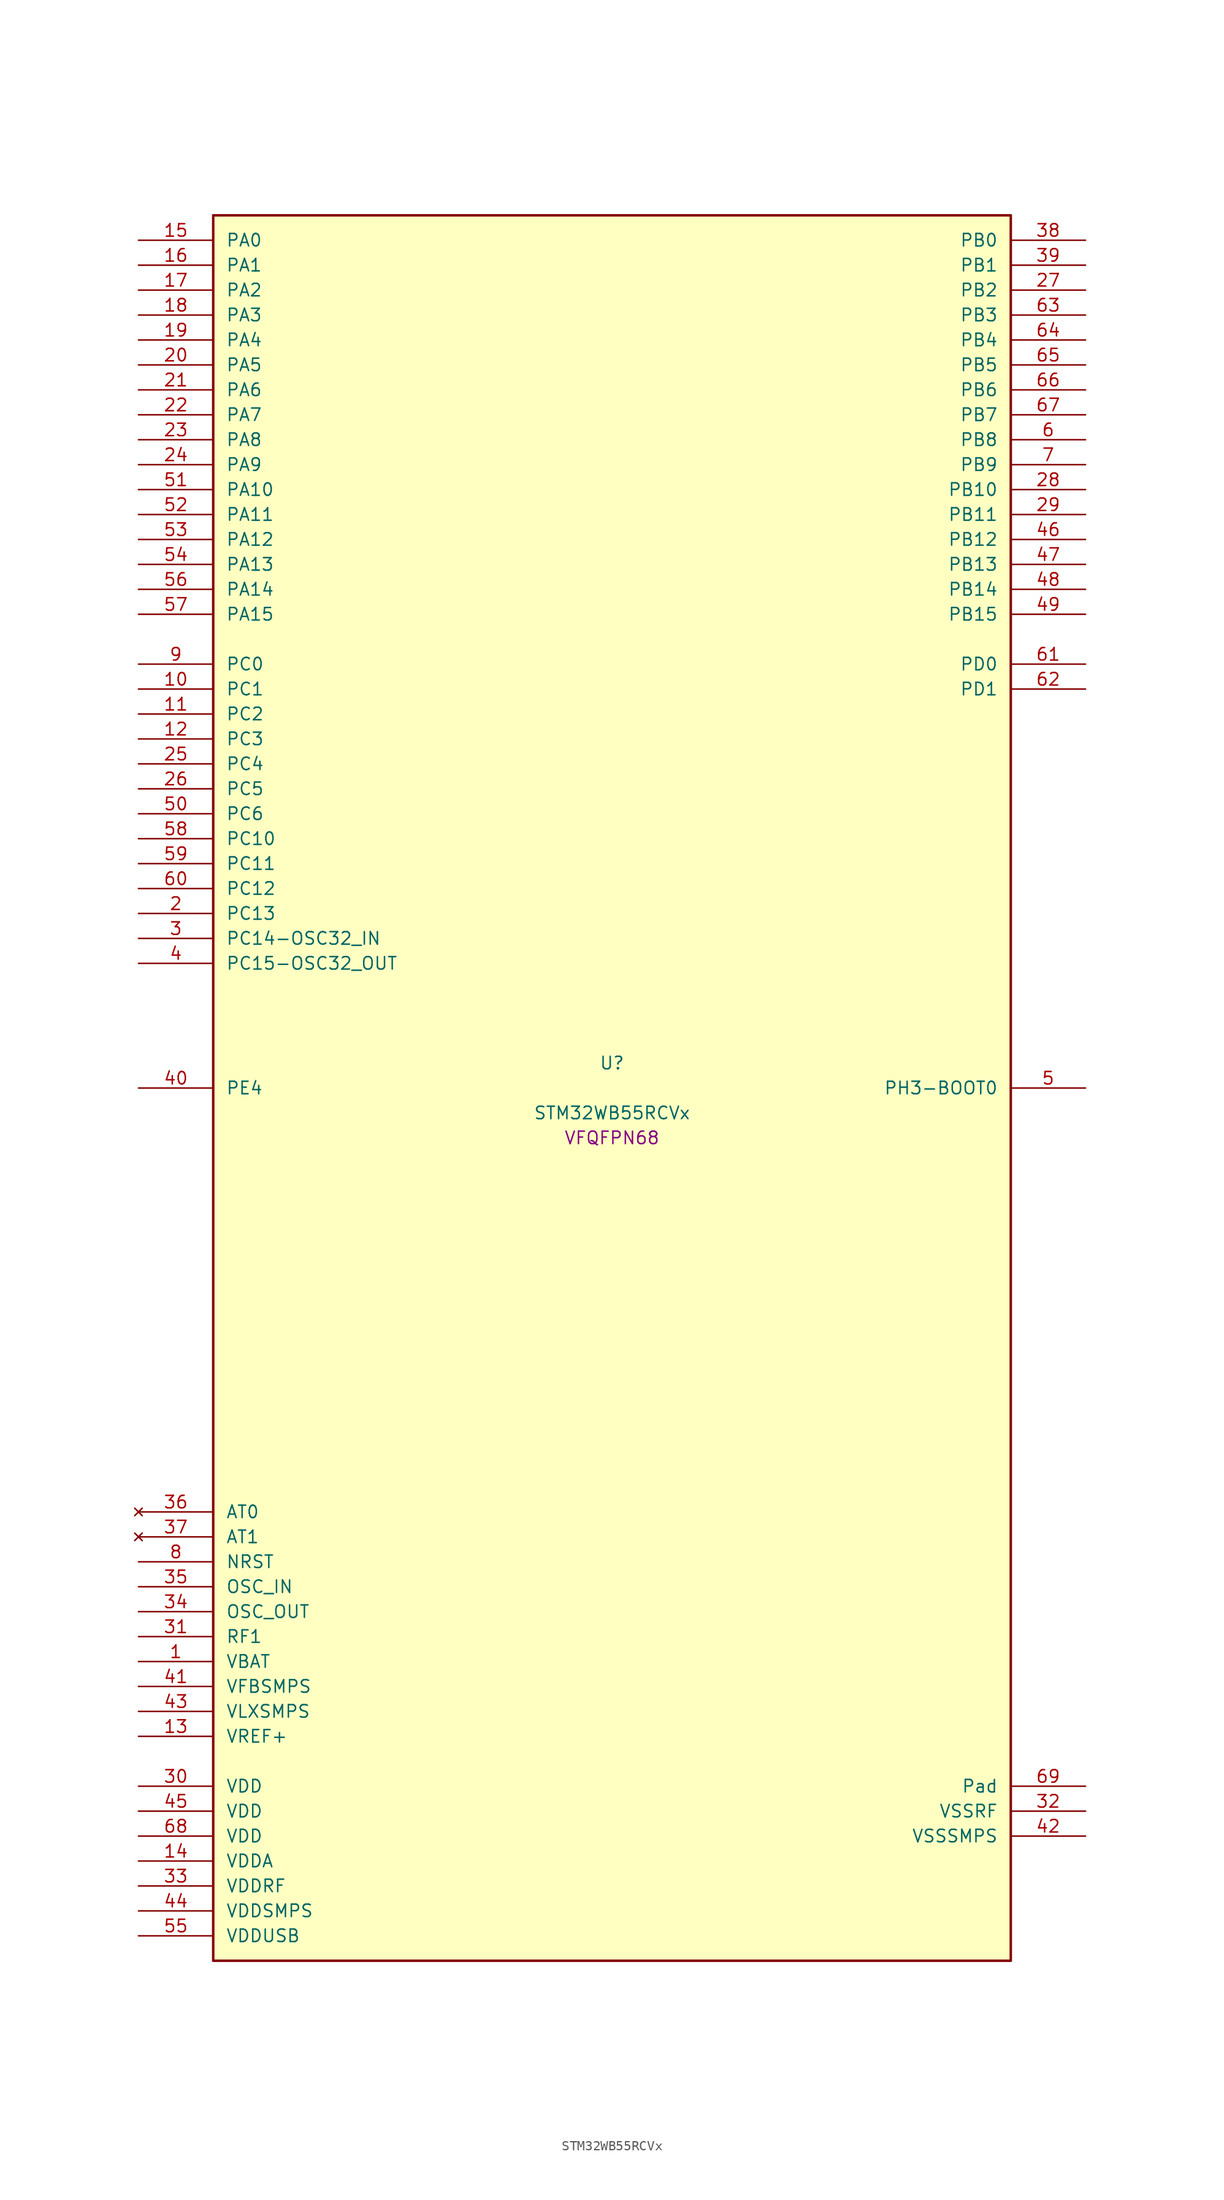
<source format=kicad_sym>
(kicad_symbol_lib
  (version 20241209)
  (generator "stm32_pkl_generator")
  (generator_version "1.0")
  (symbol "STM32WB55RCVx"
    (pin_names
      (offset 1.27))
    (property "Reference" "U"
      (at 0 2.54 0))
    (property "Value" "STM32WB55RCVx"
      (at 0 -2.54 0))
    (property "Footprint" "VFQFPN68"
      (at 0 -5.08 0))
    (symbol "STM32WB55RCVx_1_1"
      (rectangle (start -40.64 88.9) (end 40.64 -88.9) (stroke (width 0.254) (type solid)) (fill (type background)))
      (pin bidirectional line (at -48.26 86.36 0) (length 7.62) (name "PA0") (number "15") (alternate "PA0/ADC1_IN5" bidirectional line) (alternate "PA0/COMP1_INM" bidirectional line) (alternate "PA0/COMP1_OUT" bidirectional line) (alternate "PA0/RTC_TAMP2" bidirectional line) (alternate "PA0/SAI1_EXTCLK" bidirectional line) (alternate "PA0/SYS_WKUP1" bidirectional line) (alternate "PA0/TIM2_CH1" bidirectional line) (alternate "PA0/TIM2_ETR" bidirectional line))
      (pin bidirectional line (at -48.26 83.82 0) (length 7.62) (name "PA1") (number "16") (alternate "PA1/ADC1_IN6" bidirectional line) (alternate "PA1/COMP1_INP" bidirectional line) (alternate "PA1/I2C1_SMBA" bidirectional line) (alternate "PA1/LCD_SEG0" bidirectional line) (alternate "PA1/SPI1_SCK" bidirectional line) (alternate "PA1/TIM2_CH2" bidirectional line))
      (pin bidirectional line (at -48.26 81.28 0) (length 7.62) (name "PA2") (number "17") (alternate "PA2/ADC1_IN7" bidirectional line) (alternate "PA2/COMP2_INM" bidirectional line) (alternate "PA2/COMP2_OUT" bidirectional line) (alternate "PA2/LCD_SEG1" bidirectional line) (alternate "PA2/LPUART1_TX" bidirectional line) (alternate "PA2/QUADSPI_BK1_NCS" bidirectional line) (alternate "PA2/RCC_LSCO" bidirectional line) (alternate "PA2/SYS_WKUP4" bidirectional line) (alternate "PA2/TIM2_CH3" bidirectional line))
      (pin bidirectional line (at -48.26 78.74 0) (length 7.62) (name "PA3") (number "18") (alternate "PA3/ADC1_IN8" bidirectional line) (alternate "PA3/COMP2_INP" bidirectional line) (alternate "PA3/LCD_SEG2" bidirectional line) (alternate "PA3/LPUART1_RX" bidirectional line) (alternate "PA3/QUADSPI_CLK" bidirectional line) (alternate "PA3/SAI1_CK1" bidirectional line) (alternate "PA3/SAI1_MCLK_A" bidirectional line) (alternate "PA3/TIM2_CH4" bidirectional line))
      (pin bidirectional line (at -48.26 76.2 0) (length 7.62) (name "PA4") (number "19") (alternate "PA4/ADC1_IN9" bidirectional line) (alternate "PA4/COMP1_INM" bidirectional line) (alternate "PA4/COMP2_INM" bidirectional line) (alternate "PA4/LCD_SEG5" bidirectional line) (alternate "PA4/LPTIM2_OUT" bidirectional line) (alternate "PA4/SAI1_FS_B" bidirectional line) (alternate "PA4/SPI1_NSS" bidirectional line))
      (pin bidirectional line (at -48.26 73.66 0) (length 7.62) (name "PA5") (number "20") (alternate "PA5/ADC1_IN10" bidirectional line) (alternate "PA5/COMP1_INM" bidirectional line) (alternate "PA5/COMP2_INM" bidirectional line) (alternate "PA5/LPTIM2_ETR" bidirectional line) (alternate "PA5/SAI1_SD_B" bidirectional line) (alternate "PA5/SPI1_SCK" bidirectional line) (alternate "PA5/TIM2_CH1" bidirectional line) (alternate "PA5/TIM2_ETR" bidirectional line))
      (pin bidirectional line (at -48.26 71.12 0) (length 7.62) (name "PA6") (number "21") (alternate "PA6/ADC1_IN11" bidirectional line) (alternate "PA6/LCD_SEG3" bidirectional line) (alternate "PA6/LPUART1_CTS" bidirectional line) (alternate "PA6/QUADSPI_BK1_IO3" bidirectional line) (alternate "PA6/SPI1_MISO" bidirectional line) (alternate "PA6/TIM16_CH1" bidirectional line) (alternate "PA6/TIM1_BKIN" bidirectional line))
      (pin bidirectional line (at -48.26 68.58 0) (length 7.62) (name "PA7") (number "22") (alternate "PA7/ADC1_IN12" bidirectional line) (alternate "PA7/COMP2_OUT" bidirectional line) (alternate "PA7/I2C3_SCL" bidirectional line) (alternate "PA7/LCD_SEG4" bidirectional line) (alternate "PA7/QUADSPI_BK1_IO2" bidirectional line) (alternate "PA7/SPI1_MOSI" bidirectional line) (alternate "PA7/TIM17_CH1" bidirectional line) (alternate "PA7/TIM1_CH1N" bidirectional line))
      (pin bidirectional line (at -48.26 66.04 0) (length 7.62) (name "PA8") (number "23") (alternate "PA8/ADC1_IN15" bidirectional line) (alternate "PA8/LCD_COM0" bidirectional line) (alternate "PA8/LPTIM2_OUT" bidirectional line) (alternate "PA8/RCC_MCO" bidirectional line) (alternate "PA8/SAI1_CK2" bidirectional line) (alternate "PA8/SAI1_SCK_A" bidirectional line) (alternate "PA8/TIM1_CH1" bidirectional line) (alternate "PA8/USART1_CK" bidirectional line))
      (pin bidirectional line (at -48.26 63.5 0) (length 7.62) (name "PA9") (number "24") (alternate "PA9/ADC1_IN16" bidirectional line) (alternate "PA9/COMP1_INM" bidirectional line) (alternate "PA9/I2C1_SCL" bidirectional line) (alternate "PA9/LCD_COM1" bidirectional line) (alternate "PA9/SAI1_D2" bidirectional line) (alternate "PA9/SAI1_FS_A" bidirectional line) (alternate "PA9/SPI2_SCK" bidirectional line) (alternate "PA9/TIM1_CH2" bidirectional line) (alternate "PA9/USART1_TX" bidirectional line))
      (pin bidirectional line (at -48.26 60.96 0) (length 7.62) (name "PA10") (number "51") (alternate "PA10/CRS_SYNC" bidirectional line) (alternate "PA10/I2C1_SDA" bidirectional line) (alternate "PA10/LCD_COM2" bidirectional line) (alternate "PA10/SAI1_D1" bidirectional line) (alternate "PA10/SAI1_SD_A" bidirectional line) (alternate "PA10/TIM17_BKIN" bidirectional line) (alternate "PA10/TIM1_CH3" bidirectional line) (alternate "PA10/USART1_RX" bidirectional line))
      (pin bidirectional line (at -48.26 58.42 0) (length 7.62) (name "PA11") (number "52") (alternate "PA11/ADC1_EXTI11" bidirectional line) (alternate "PA11/SPI1_MISO" bidirectional line) (alternate "PA11/TIM1_BKIN2" bidirectional line) (alternate "PA11/TIM1_CH4" bidirectional line) (alternate "PA11/USART1_CTS" bidirectional line) (alternate "PA11/USART1_NSS" bidirectional line) (alternate "PA11/USB_DM" bidirectional line))
      (pin bidirectional line (at -48.26 55.88 0) (length 7.62) (name "PA12") (number "53") (alternate "PA12/LPUART1_RX" bidirectional line) (alternate "PA12/SPI1_MOSI" bidirectional line) (alternate "PA12/TIM1_ETR" bidirectional line) (alternate "PA12/USART1_DE" bidirectional line) (alternate "PA12/USART1_RTS" bidirectional line) (alternate "PA12/USB_DP" bidirectional line))
      (pin bidirectional line (at -48.26 53.34 0) (length 7.62) (name "PA13") (number "54") (alternate "PA13/IR_OUT" bidirectional line) (alternate "PA13/SAI1_SD_B" bidirectional line) (alternate "PA13/SYS_JTMS-SWDIO" bidirectional line) (alternate "PA13/USB_NOE" bidirectional line))
      (pin bidirectional line (at -48.26 50.8 0) (length 7.62) (name "PA14") (number "56") (alternate "PA14/I2C1_SMBA" bidirectional line) (alternate "PA14/LCD_SEG5" bidirectional line) (alternate "PA14/LPTIM1_OUT" bidirectional line) (alternate "PA14/SAI1_FS_B" bidirectional line) (alternate "PA14/SYS_JTCK-SWCLK" bidirectional line))
      (pin bidirectional line (at -48.26 48.26 0) (length 7.62) (name "PA15") (number "57") (alternate "PA15/ADC1_EXTI15" bidirectional line) (alternate "PA15/LCD_SEG17" bidirectional line) (alternate "PA15/RCC_MCO" bidirectional line) (alternate "PA15/SPI1_NSS" bidirectional line) (alternate "PA15/SYS_JTDI" bidirectional line) (alternate "PA15/TIM2_CH1" bidirectional line) (alternate "PA15/TIM2_ETR" bidirectional line) (alternate "PA15/TSC_G3_IO1" bidirectional line))
      (pin bidirectional line (at 48.26 86.36 180) (length 7.62) (name "PB0") (number "38") (alternate "PB0/COMP1_OUT" bidirectional line) (alternate "PB0/RF_TX_MOD_EXT_PA" bidirectional line))
      (pin bidirectional line (at 48.26 83.82 180) (length 7.62) (name "PB1") (number "39") (alternate "PB1/LPTIM2_IN1" bidirectional line) (alternate "PB1/LPUART1_DE" bidirectional line) (alternate "PB1/LPUART1_RTS" bidirectional line))
      (pin bidirectional line (at 48.26 81.28 180) (length 7.62) (name "PB2") (number "27") (alternate "PB2/COMP1_INP" bidirectional line) (alternate "PB2/I2C3_SMBA" bidirectional line) (alternate "PB2/LCD_VLCD" bidirectional line) (alternate "PB2/LPTIM1_OUT" bidirectional line) (alternate "PB2/RTC_OUT2" bidirectional line) (alternate "PB2/SAI1_EXTCLK" bidirectional line) (alternate "PB2/SPI1_NSS" bidirectional line))
      (pin bidirectional line (at 48.26 78.74 180) (length 7.62) (name "PB3") (number "63") (alternate "PB3/COMP2_INM" bidirectional line) (alternate "PB3/LCD_SEG7" bidirectional line) (alternate "PB3/SAI1_SCK_B" bidirectional line) (alternate "PB3/SPI1_SCK" bidirectional line) (alternate "PB3/SYS_JTDO-SWO" bidirectional line) (alternate "PB3/TIM2_CH2" bidirectional line) (alternate "PB3/USART1_DE" bidirectional line) (alternate "PB3/USART1_RTS" bidirectional line))
      (pin bidirectional line (at 48.26 76.2 180) (length 7.62) (name "PB4") (number "64") (alternate "PB4/COMP2_INP" bidirectional line) (alternate "PB4/I2C3_SDA" bidirectional line) (alternate "PB4/LCD_SEG8" bidirectional line) (alternate "PB4/SAI1_MCLK_B" bidirectional line) (alternate "PB4/SPI1_MISO" bidirectional line) (alternate "PB4/SYS_JTRST" bidirectional line) (alternate "PB4/TIM17_BKIN" bidirectional line) (alternate "PB4/TSC_G2_IO1" bidirectional line) (alternate "PB4/USART1_CTS" bidirectional line) (alternate "PB4/USART1_NSS" bidirectional line))
      (pin bidirectional line (at 48.26 73.66 180) (length 7.62) (name "PB5") (number "65") (alternate "PB5/COMP2_OUT" bidirectional line) (alternate "PB5/I2C1_SMBA" bidirectional line) (alternate "PB5/LCD_SEG9" bidirectional line) (alternate "PB5/LPTIM1_IN1" bidirectional line) (alternate "PB5/LPUART1_TX" bidirectional line) (alternate "PB5/SAI1_SD_B" bidirectional line) (alternate "PB5/SPI1_MOSI" bidirectional line) (alternate "PB5/TIM16_BKIN" bidirectional line) (alternate "PB5/TSC_G2_IO2" bidirectional line) (alternate "PB5/USART1_CK" bidirectional line))
      (pin bidirectional line (at 48.26 71.12 180) (length 7.62) (name "PB6") (number "66") (alternate "PB6/COMP2_INP" bidirectional line) (alternate "PB6/I2C1_SCL" bidirectional line) (alternate "PB6/LCD_SEG6" bidirectional line) (alternate "PB6/LPTIM1_ETR" bidirectional line) (alternate "PB6/RCC_MCO" bidirectional line) (alternate "PB6/SAI1_FS_B" bidirectional line) (alternate "PB6/TIM16_CH1N" bidirectional line) (alternate "PB6/TSC_G2_IO3" bidirectional line) (alternate "PB6/USART1_TX" bidirectional line))
      (pin bidirectional line (at 48.26 68.58 180) (length 7.62) (name "PB7") (number "67") (alternate "PB7/COMP2_INM" bidirectional line) (alternate "PB7/I2C1_SDA" bidirectional line) (alternate "PB7/LCD_SEG21" bidirectional line) (alternate "PB7/LPTIM1_IN2" bidirectional line) (alternate "PB7/SYS_PVD_IN" bidirectional line) (alternate "PB7/TIM17_CH1N" bidirectional line) (alternate "PB7/TIM1_BKIN" bidirectional line) (alternate "PB7/TSC_G2_IO4" bidirectional line) (alternate "PB7/USART1_RX" bidirectional line))
      (pin bidirectional line (at 48.26 66.04 180) (length 7.62) (name "PB8") (number "6") (alternate "PB8/I2C1_SCL" bidirectional line) (alternate "PB8/LCD_SEG16" bidirectional line) (alternate "PB8/QUADSPI_BK1_IO1" bidirectional line) (alternate "PB8/SAI1_CK1" bidirectional line) (alternate "PB8/SAI1_MCLK_A" bidirectional line) (alternate "PB8/TIM16_CH1" bidirectional line) (alternate "PB8/TIM1_CH2N" bidirectional line))
      (pin bidirectional line (at 48.26 63.5 180) (length 7.62) (name "PB9") (number "7") (alternate "PB9/I2C1_SDA" bidirectional line) (alternate "PB9/IR_OUT" bidirectional line) (alternate "PB9/LCD_COM3" bidirectional line) (alternate "PB9/QUADSPI_BK1_IO0" bidirectional line) (alternate "PB9/SAI1_D2" bidirectional line) (alternate "PB9/SAI1_FS_A" bidirectional line) (alternate "PB9/SPI2_NSS" bidirectional line) (alternate "PB9/TIM17_CH1" bidirectional line) (alternate "PB9/TIM1_CH3N" bidirectional line))
      (pin bidirectional line (at 48.26 60.96 180) (length 7.62) (name "PB10") (number "28") (alternate "PB10/COMP1_OUT" bidirectional line) (alternate "PB10/I2C3_SCL" bidirectional line) (alternate "PB10/LCD_SEG10" bidirectional line) (alternate "PB10/LPUART1_RX" bidirectional line) (alternate "PB10/QUADSPI_CLK" bidirectional line) (alternate "PB10/SAI1_SCK_A" bidirectional line) (alternate "PB10/SPI2_SCK" bidirectional line) (alternate "PB10/TIM2_CH3" bidirectional line) (alternate "PB10/TSC_SYNC" bidirectional line))
      (pin bidirectional line (at 48.26 58.42 180) (length 7.62) (name "PB11") (number "29") (alternate "PB11/ADC1_EXTI11" bidirectional line) (alternate "PB11/COMP2_OUT" bidirectional line) (alternate "PB11/I2C3_SDA" bidirectional line) (alternate "PB11/LCD_SEG11" bidirectional line) (alternate "PB11/LPUART1_TX" bidirectional line) (alternate "PB11/QUADSPI_BK1_NCS" bidirectional line) (alternate "PB11/TIM2_CH4" bidirectional line))
      (pin bidirectional line (at 48.26 55.88 180) (length 7.62) (name "PB12") (number "46") (alternate "PB12/I2C3_SMBA" bidirectional line) (alternate "PB12/LCD_SEG12" bidirectional line) (alternate "PB12/LPUART1_DE" bidirectional line) (alternate "PB12/LPUART1_RTS" bidirectional line) (alternate "PB12/SAI1_FS_A" bidirectional line) (alternate "PB12/SPI2_NSS" bidirectional line) (alternate "PB12/TIM1_BKIN" bidirectional line) (alternate "PB12/TSC_G1_IO1" bidirectional line))
      (pin bidirectional line (at 48.26 53.34 180) (length 7.62) (name "PB13") (number "47") (alternate "PB13/I2C3_SCL" bidirectional line) (alternate "PB13/LCD_SEG13" bidirectional line) (alternate "PB13/LPUART1_CTS" bidirectional line) (alternate "PB13/SAI1_SCK_A" bidirectional line) (alternate "PB13/SPI2_SCK" bidirectional line) (alternate "PB13/TIM1_CH1N" bidirectional line) (alternate "PB13/TSC_G1_IO2" bidirectional line))
      (pin bidirectional line (at 48.26 50.8 180) (length 7.62) (name "PB14") (number "48") (alternate "PB14/I2C3_SDA" bidirectional line) (alternate "PB14/LCD_SEG14" bidirectional line) (alternate "PB14/SAI1_MCLK_A" bidirectional line) (alternate "PB14/SPI2_MISO" bidirectional line) (alternate "PB14/TIM1_CH2N" bidirectional line) (alternate "PB14/TSC_G1_IO3" bidirectional line))
      (pin bidirectional line (at 48.26 48.26 180) (length 7.62) (name "PB15") (number "49") (alternate "PB15/ADC1_EXTI15" bidirectional line) (alternate "PB15/LCD_SEG15" bidirectional line) (alternate "PB15/RTC_REFIN" bidirectional line) (alternate "PB15/SAI1_SD_A" bidirectional line) (alternate "PB15/SPI2_MOSI" bidirectional line) (alternate "PB15/TIM1_CH3N" bidirectional line) (alternate "PB15/TSC_G1_IO4" bidirectional line))
      (pin bidirectional line (at -48.26 43.18 0) (length 7.62) (name "PC0") (number "9") (alternate "PC0/ADC1_IN1" bidirectional line) (alternate "PC0/I2C3_SCL" bidirectional line) (alternate "PC0/LCD_SEG18" bidirectional line) (alternate "PC0/LPTIM1_IN1" bidirectional line) (alternate "PC0/LPTIM2_IN1" bidirectional line) (alternate "PC0/LPUART1_RX" bidirectional line))
      (pin bidirectional line (at -48.26 40.64 0) (length 7.62) (name "PC1") (number "10") (alternate "PC1/ADC1_IN2" bidirectional line) (alternate "PC1/I2C3_SDA" bidirectional line) (alternate "PC1/LCD_SEG19" bidirectional line) (alternate "PC1/LPTIM1_OUT" bidirectional line) (alternate "PC1/LPUART1_TX" bidirectional line) (alternate "PC1/SPI2_MOSI" bidirectional line))
      (pin bidirectional line (at -48.26 38.1 0) (length 7.62) (name "PC2") (number "11") (alternate "PC2/ADC1_IN3" bidirectional line) (alternate "PC2/LCD_SEG20" bidirectional line) (alternate "PC2/LPTIM1_IN2" bidirectional line) (alternate "PC2/SPI2_MISO" bidirectional line))
      (pin bidirectional line (at -48.26 35.56 0) (length 7.62) (name "PC3") (number "12") (alternate "PC3/ADC1_IN4" bidirectional line) (alternate "PC3/LCD_VLCD" bidirectional line) (alternate "PC3/LPTIM1_ETR" bidirectional line) (alternate "PC3/LPTIM2_ETR" bidirectional line) (alternate "PC3/SAI1_D1" bidirectional line) (alternate "PC3/SAI1_SD_A" bidirectional line) (alternate "PC3/SPI2_MOSI" bidirectional line))
      (pin bidirectional line (at -48.26 33.02 0) (length 7.62) (name "PC4") (number "25") (alternate "PC4/ADC1_IN13" bidirectional line) (alternate "PC4/COMP1_INM" bidirectional line) (alternate "PC4/LCD_SEG22" bidirectional line))
      (pin bidirectional line (at -48.26 30.48 0) (length 7.62) (name "PC5") (number "26") (alternate "PC5/ADC1_IN14" bidirectional line) (alternate "PC5/COMP1_INP" bidirectional line) (alternate "PC5/LCD_SEG23" bidirectional line) (alternate "PC5/SAI1_D3" bidirectional line) (alternate "PC5/SYS_WKUP5" bidirectional line))
      (pin bidirectional line (at -48.26 27.94 0) (length 7.62) (name "PC6") (number "50") (alternate "PC6/LCD_SEG24" bidirectional line))
      (pin bidirectional line (at -48.26 25.4 0) (length 7.62) (name "PC10") (number "58") (alternate "PC10/LCD_COM4" bidirectional line) (alternate "PC10/LCD_SEG28" bidirectional line) (alternate "PC10/LCD_SEG40" bidirectional line) (alternate "PC10/SYS_TRACED1" bidirectional line) (alternate "PC10/TSC_G3_IO2" bidirectional line))
      (pin bidirectional line (at -48.26 22.86 0) (length 7.62) (name "PC11") (number "59") (alternate "PC11/ADC1_EXTI11" bidirectional line) (alternate "PC11/LCD_COM5" bidirectional line) (alternate "PC11/LCD_SEG29" bidirectional line) (alternate "PC11/LCD_SEG41" bidirectional line) (alternate "PC11/TSC_G3_IO3" bidirectional line))
      (pin bidirectional line (at -48.26 20.32 0) (length 7.62) (name "PC12") (number "60") (alternate "PC12/LCD_COM6" bidirectional line) (alternate "PC12/LCD_SEG30" bidirectional line) (alternate "PC12/LCD_SEG42" bidirectional line) (alternate "PC12/RCC_LSCO" bidirectional line) (alternate "PC12/RTC_TAMP3" bidirectional line) (alternate "PC12/SYS_TRACED3" bidirectional line) (alternate "PC12/SYS_WKUP3" bidirectional line) (alternate "PC12/TSC_G3_IO4" bidirectional line))
      (pin bidirectional line (at -48.26 17.78 0) (length 7.62) (name "PC13") (number "2") (alternate "PC13/RTC_OUT1" bidirectional line) (alternate "PC13/RTC_TAMP1" bidirectional line) (alternate "PC13/RTC_TS" bidirectional line) (alternate "PC13/SYS_WKUP2" bidirectional line))
      (pin bidirectional line (at -48.26 15.24 0) (length 7.62) (name "PC14-OSC32_IN") (number "3") (alternate "PC14-OSC32_IN/RCC_OSC32_IN" bidirectional line))
      (pin bidirectional line (at -48.26 12.7 0) (length 7.62) (name "PC15-OSC32_OUT") (number "4") (alternate "PC15-OSC32_OUT/ADC1_EXTI15" bidirectional line) (alternate "PC15-OSC32_OUT/RCC_OSC32_OUT" bidirectional line))
      (pin bidirectional line (at 48.26 43.18 180) (length 7.62) (name "PD0") (number "61") (alternate "PD0/SPI2_NSS" bidirectional line))
      (pin bidirectional line (at 48.26 40.64 180) (length 7.62) (name "PD1") (number "62") (alternate "PD1/SPI2_SCK" bidirectional line))
      (pin bidirectional line (at -48.26 0 0) (length 7.62) (name "PE4") (number "40"))
      (pin bidirectional line (at 48.26 0 180) (length 7.62) (name "PH3-BOOT0") (number "5") (alternate "PH3-BOOT0/RCC_LSCO" bidirectional line))
      (pin no_connect line (at -48.26 -43.18 0) (length 7.62) (name "AT0") (number "36"))
      (pin no_connect line (at -48.26 -45.72 0) (length 7.62) (name "AT1") (number "37"))
      (pin input line (at -48.26 -48.26 0) (length 7.62) (name "NRST") (number "8"))
      (pin bidirectional line (at -48.26 -50.8 0) (length 7.62) (name "OSC_IN") (number "35") (alternate "OSC_IN/RCC_OSC_IN" bidirectional line))
      (pin bidirectional line (at -48.26 -53.34 0) (length 7.62) (name "OSC_OUT") (number "34") (alternate "OSC_OUT/RCC_OSC_OUT" bidirectional line))
      (pin bidirectional line (at -48.26 -55.88 0) (length 7.62) (name "RF1") (number "31") (alternate "RF1/RF_RF1" bidirectional line))
      (pin power_in line (at -48.26 -58.42 0) (length 7.62) (name "VBAT") (number "1"))
      (pin power_in line (at -48.26 -60.96 0) (length 7.62) (name "VFBSMPS") (number "41"))
      (pin power_in line (at -48.26 -63.5 0) (length 7.62) (name "VLXSMPS") (number "43"))
      (pin bidirectional line (at -48.26 -66.04 0) (length 7.62) (name "VREF+") (number "13") (alternate "VREF+/VREFBUF_OUT" bidirectional line))
      (pin power_in line (at -48.26 -71.12 0) (length 7.62) (name "VDD") (number "30"))
      (pin power_in line (at -48.26 -73.66 0) (length 7.62) (name "VDD") (number "45"))
      (pin power_in line (at -48.26 -76.2 0) (length 7.62) (name "VDD") (number "68"))
      (pin power_in line (at -48.26 -78.74 0) (length 7.62) (name "VDDA") (number "14"))
      (pin power_in line (at -48.26 -81.28 0) (length 7.62) (name "VDDRF") (number "33"))
      (pin power_in line (at -48.26 -83.82 0) (length 7.62) (name "VDDSMPS") (number "44"))
      (pin power_in line (at -48.26 -86.36 0) (length 7.62) (name "VDDUSB") (number "55"))
      (pin passive line (at 48.26 -71.12 180) (length 7.62) (name "Pad") (number "69"))
      (pin power_in line (at 48.26 -73.66 180) (length 7.62) (name "VSSRF") (number "32"))
      (pin power_in line (at 48.26 -76.2 180) (length 7.62) (name "VSSSMPS") (number "42")))))
</source>
